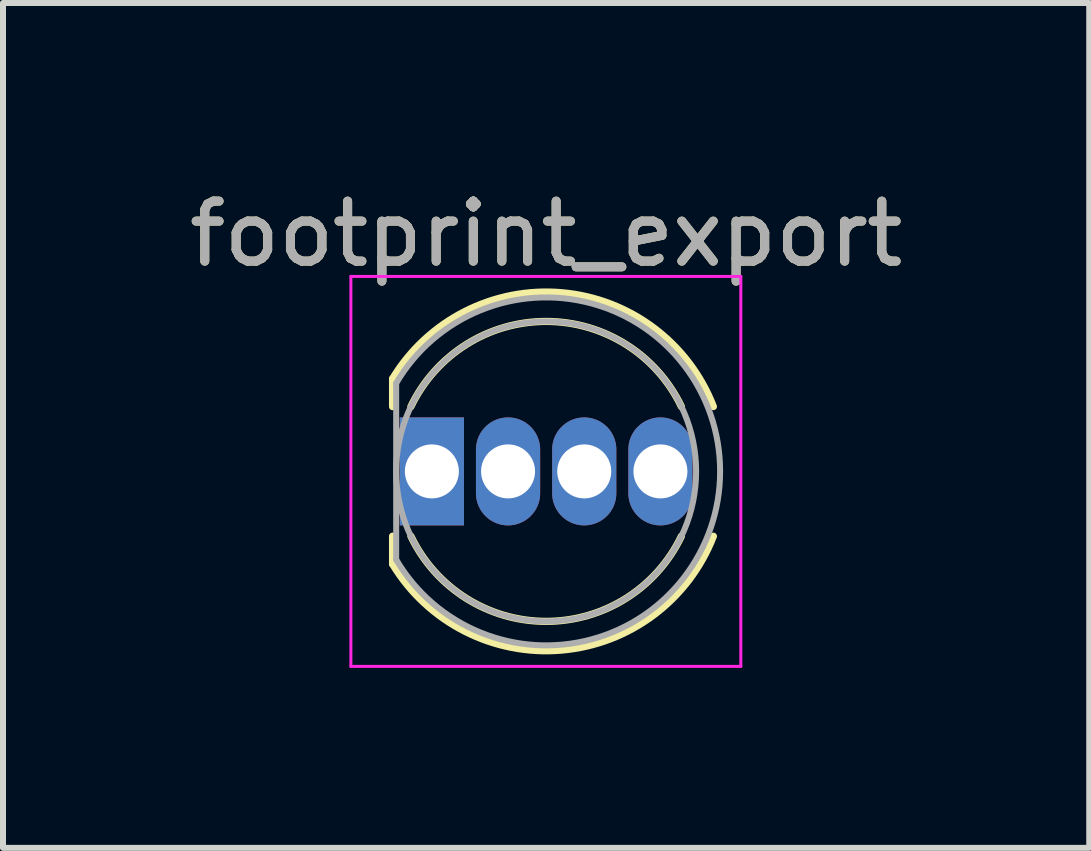
<source format=kicad_pcb>
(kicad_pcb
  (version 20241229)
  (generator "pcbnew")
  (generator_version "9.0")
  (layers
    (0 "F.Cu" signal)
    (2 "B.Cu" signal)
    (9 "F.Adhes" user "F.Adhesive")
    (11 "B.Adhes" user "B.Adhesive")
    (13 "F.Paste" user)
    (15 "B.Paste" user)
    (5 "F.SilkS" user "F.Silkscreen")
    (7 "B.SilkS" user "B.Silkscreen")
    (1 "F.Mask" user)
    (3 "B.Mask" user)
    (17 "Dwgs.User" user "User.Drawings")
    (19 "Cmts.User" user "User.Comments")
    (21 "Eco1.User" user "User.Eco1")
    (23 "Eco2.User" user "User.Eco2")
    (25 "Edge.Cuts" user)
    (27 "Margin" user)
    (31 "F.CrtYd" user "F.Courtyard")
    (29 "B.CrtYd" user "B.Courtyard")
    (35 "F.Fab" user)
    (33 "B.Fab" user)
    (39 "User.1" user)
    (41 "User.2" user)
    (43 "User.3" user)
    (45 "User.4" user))
  (footprint "footprint_export"
    (layer "F.Cu")
    (at 4.149 4.808)
    (property "Reference" "footprint_export" (at 1.905 -3.96 0) (layer "F.SilkS") (effects (font (size 1 1) (thickness 0.15))))
    (attr through_hole)
    (fp_line (start -0.655 -1.545) (end -0.655 -1.08) (stroke (width 0.12) (type solid)) (layer "F.SilkS"))
    (fp_line (start -0.655 1.08) (end -0.655 1.545) (stroke (width 0.12) (type solid)) (layer "F.SilkS"))
    (fp_arc (start -0.655 -1.54483) (mid 2.163456 -2.978809) (end 4.692815 -1.080827) (stroke (width 0.12) (type solid)) (layer "F.SilkS"))
    (fp_arc (start -0.349684 -1.08) (mid 1.904762 -2.5) (end 4.159479 -1.080429) (stroke (width 0.12) (type solid)) (layer "F.SilkS"))
    (fp_arc (start 4.159479 1.080429) (mid 1.904762 2.5) (end -0.349684 1.08) (stroke (width 0.12) (type solid)) (layer "F.SilkS"))
    (fp_arc (start 4.692815 1.080827) (mid 2.163456 2.978808) (end -0.655 1.54483) (stroke (width 0.12) (type solid)) (layer "F.SilkS"))
    (fp_line (start -1.35 -3.25) (end -1.35 3.25) (stroke (width 0.05) (type solid)) (layer "F.CrtYd"))
    (fp_line (start -1.35 3.25) (end 5.15 3.25) (stroke (width 0.05) (type solid)) (layer "F.CrtYd"))
    (fp_line (start 5.15 -3.25) (end -1.35 -3.25) (stroke (width 0.05) (type solid)) (layer "F.CrtYd"))
    (fp_line (start 5.15 3.25) (end 5.15 -3.25) (stroke (width 0.05) (type solid)) (layer "F.CrtYd"))
    (fp_line (start -0.595 -1.47) (end -0.595 1.47) (stroke (width 0.1) (type solid)) (layer "F.Fab"))
    (fp_arc (start -0.595 -1.469694) (mid 4.805 0.000016) (end -0.595016 1.469666) (stroke (width 0.1) (type solid)) (layer "F.Fab"))
    (fp_circle (center 1.905 0) (end 4.405 0) (stroke (width 0.1) (type solid)) (fill no) (layer "F.Fab"))
    (fp_text user "${REFERENCE}" (at 1.905 -3.96 0) (layer "F.Fab") (effects (font (size 1 1) (thickness 0.15))))
    (pad "1" thru_hole rect (at 0 0) (size 1.07 1.8) (drill 0.9) (layers "*.Cu" "*.Mask"))
    (pad "2" thru_hole oval (at 1.27 0) (size 1.07 1.8) (drill 0.9) (layers "*.Cu" "*.Mask"))
    (pad "3" thru_hole oval (at 2.54 0) (size 1.07 1.8) (drill 0.9) (layers "*.Cu" "*.Mask"))
    (pad "4" thru_hole oval (at 3.81 0) (size 1.07 1.8) (drill 0.9) (layers "*.Cu" "*.Mask")))
  (gr_rect
    (start -3 -3)
    (end 15.107 11.083)
    (stroke (width 0.1) (type default))
    (fill no)
    (layer "Edge.Cuts")))
</source>
